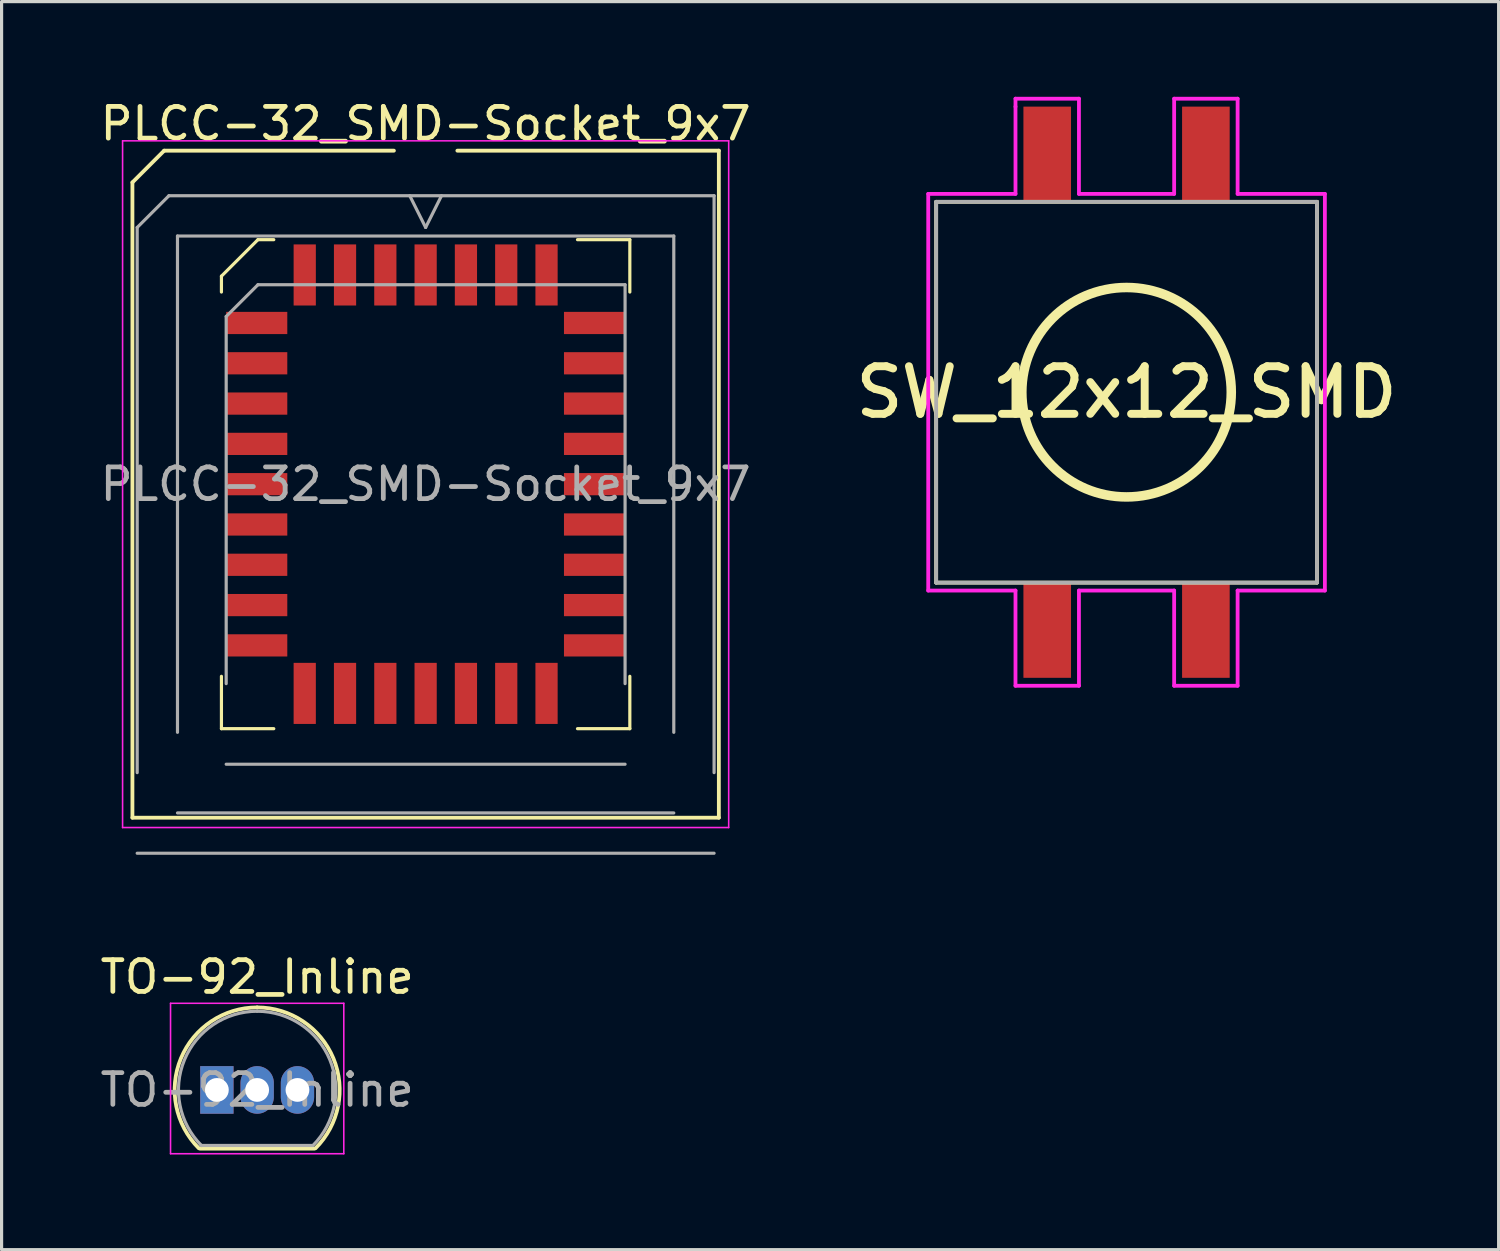
<source format=kicad_pcb>
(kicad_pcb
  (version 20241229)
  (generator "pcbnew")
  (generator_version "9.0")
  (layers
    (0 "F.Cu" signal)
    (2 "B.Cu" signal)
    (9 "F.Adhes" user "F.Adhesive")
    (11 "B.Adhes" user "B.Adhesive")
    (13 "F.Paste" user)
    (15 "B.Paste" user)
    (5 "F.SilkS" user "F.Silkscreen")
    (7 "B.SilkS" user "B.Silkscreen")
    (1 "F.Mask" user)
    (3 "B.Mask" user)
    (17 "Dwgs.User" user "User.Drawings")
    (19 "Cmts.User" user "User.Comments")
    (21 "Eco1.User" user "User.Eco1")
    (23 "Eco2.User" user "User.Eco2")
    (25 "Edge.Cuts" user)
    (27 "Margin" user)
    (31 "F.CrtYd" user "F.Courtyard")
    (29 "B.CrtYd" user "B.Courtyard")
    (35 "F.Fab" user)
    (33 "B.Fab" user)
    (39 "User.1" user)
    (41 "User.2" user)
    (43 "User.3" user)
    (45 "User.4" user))
  (footprint "TO-92_Inline"
    (layer "F.Cu")
    (at 3.784 31.297)
    (property "Reference" "TO-92_Inline" (at 1.27 -3.56 0) (layer "F.SilkS") (effects (font (size 1 1) (thickness 0.15))))
    (attr through_hole)
    (fp_line (start -0.53 1.85) (end 3.07 1.85) (stroke (width 0.12) (type solid)) (layer "F.SilkS"))
    (fp_arc (start -0.568478 1.838478) (mid -1.132087 -0.994977) (end 1.27 -2.6) (stroke (width 0.12) (type solid)) (layer "F.SilkS"))
    (fp_arc (start 1.27 -2.6) (mid 3.672087 -0.994977) (end 3.108478 1.838478) (stroke (width 0.12) (type solid)) (layer "F.SilkS"))
    (fp_line (start -1.46 -2.73) (end -1.46 2.01) (stroke (width 0.05) (type solid)) (layer "F.CrtYd"))
    (fp_line (start -1.46 -2.73) (end 4 -2.73) (stroke (width 0.05) (type solid)) (layer "F.CrtYd"))
    (fp_line (start 4 2.01) (end -1.46 2.01) (stroke (width 0.05) (type solid)) (layer "F.CrtYd"))
    (fp_line (start 4 2.01) (end 4 -2.73) (stroke (width 0.05) (type solid)) (layer "F.CrtYd"))
    (fp_line (start -0.5 1.75) (end 3 1.75) (stroke (width 0.1) (type solid)) (layer "F.Fab"))
    (fp_arc (start -0.483625 1.753625) (mid -1.021221 -0.949055) (end 1.27 -2.48) (stroke (width 0.1) (type solid)) (layer "F.Fab"))
    (fp_arc (start 1.27 -2.48) (mid 3.561221 -0.949055) (end 3.023625 1.753625) (stroke (width 0.1) (type solid)) (layer "F.Fab"))
    (fp_text user "${REFERENCE}" (at 1.27 0 0) (layer "F.Fab") (effects (font (size 1 1) (thickness 0.15))))
    (pad "1" thru_hole rect (at 0 0) (size 1.05 1.5) (drill 0.75) (layers "*.Cu" "*.Mask"))
    (pad "2" thru_hole oval (at 1.27 0) (size 1.05 1.5) (drill 0.75) (layers "*.Cu" "*.Mask"))
    (pad "3" thru_hole oval (at 2.54 0) (size 1.05 1.5) (drill 0.75) (layers "*.Cu" "*.Mask")))
  (footprint "PLCC-32_SMD-Socket_9x7"
    (layer "F.Cu")
    (at 10.363 12.208)
    (property "Reference" "PLCC-32_SMD-Socket_9x7" (at 0 -11.36 0) (layer "F.SilkS") (effects (font (size 1 1) (thickness 0.15))))
    (attr smd)
    (fp_line (start -9.24 10.51) (end -9.24 -9.51) (stroke (width 0.12) (type solid)) (layer "F.SilkS"))
    (fp_line (start -9.24 10.51) (end 9.24 10.51) (stroke (width 0.12) (type solid)) (layer "F.SilkS"))
    (fp_line (start -8.24 -10.51) (end -9.24 -9.51) (stroke (width 0.12) (type solid)) (layer "F.SilkS"))
    (fp_line (start -6.435 -6.555) (end -6.435 -6.055) (stroke (width 0.1) (type solid)) (layer "F.SilkS"))
    (fp_line (start -6.435 7.705) (end -6.435 6.055) (stroke (width 0.1) (type solid)) (layer "F.SilkS"))
    (fp_line (start -5.285 -7.705) (end -6.435 -6.555) (stroke (width 0.1) (type solid)) (layer "F.SilkS"))
    (fp_line (start -4.785 -7.705) (end -5.285 -7.705) (stroke (width 0.1) (type solid)) (layer "F.SilkS"))
    (fp_line (start -4.785 7.705) (end -6.435 7.705) (stroke (width 0.1) (type solid)) (layer "F.SilkS"))
    (fp_line (start -1 -10.51) (end -8.24 -10.51) (stroke (width 0.12) (type solid)) (layer "F.SilkS"))
    (fp_line (start 4.785 -7.705) (end 6.435 -7.705) (stroke (width 0.1) (type solid)) (layer "F.SilkS"))
    (fp_line (start 4.785 7.705) (end 6.435 7.705) (stroke (width 0.1) (type solid)) (layer "F.SilkS"))
    (fp_line (start 6.435 -7.705) (end 6.435 -6.055) (stroke (width 0.1) (type solid)) (layer "F.SilkS"))
    (fp_line (start 6.435 7.705) (end 6.435 6.055) (stroke (width 0.1) (type solid)) (layer "F.SilkS"))
    (fp_line (start 9.24 -10.51) (end 1 -10.51) (stroke (width 0.12) (type solid)) (layer "F.SilkS"))
    (fp_line (start 9.24 10.51) (end 9.24 -10.51) (stroke (width 0.12) (type solid)) (layer "F.SilkS"))
    (fp_line (start -9.55 -10.82) (end -9.55 10.82) (stroke (width 0.05) (type solid)) (layer "F.CrtYd"))
    (fp_line (start -9.55 10.82) (end 9.55 10.82) (stroke (width 0.05) (type solid)) (layer "F.CrtYd"))
    (fp_line (start 9.55 -10.82) (end -9.55 -10.82) (stroke (width 0.05) (type solid)) (layer "F.CrtYd"))
    (fp_line (start 9.55 -10.82) (end 9.55 10.82) (stroke (width 0.05) (type solid)) (layer "F.CrtYd"))
    (fp_line (start -9.09 -8.09) (end -9.09 9.09) (stroke (width 0.1) (type solid)) (layer "F.Fab"))
    (fp_line (start -9.09 11.63) (end 9.09 11.63) (stroke (width 0.1) (type solid)) (layer "F.Fab"))
    (fp_line (start -8.09 -9.09) (end -9.09 -8.09) (stroke (width 0.1) (type solid)) (layer "F.Fab"))
    (fp_line (start -7.82 -7.82) (end -7.82 7.82) (stroke (width 0.1) (type solid)) (layer "F.Fab"))
    (fp_line (start -7.82 10.36) (end 7.82 10.36) (stroke (width 0.1) (type solid)) (layer "F.Fab"))
    (fp_line (start -6.285 -5.285) (end -6.285 6.285) (stroke (width 0.1) (type solid)) (layer "F.Fab"))
    (fp_line (start -6.285 8.825) (end 6.285 8.825) (stroke (width 0.1) (type solid)) (layer "F.Fab"))
    (fp_line (start -5.285 -6.285) (end -6.285 -5.285) (stroke (width 0.1) (type solid)) (layer "F.Fab"))
    (fp_line (start -0.5 -9.09) (end 0 -8.09) (stroke (width 0.1) (type solid)) (layer "F.Fab"))
    (fp_line (start 0 -8.09) (end 0.5 -9.09) (stroke (width 0.1) (type solid)) (layer "F.Fab"))
    (fp_line (start 6.285 -6.285) (end -5.285 -6.285) (stroke (width 0.1) (type solid)) (layer "F.Fab"))
    (fp_line (start 6.285 6.285) (end 6.285 -6.285) (stroke (width 0.1) (type solid)) (layer "F.Fab"))
    (fp_line (start 7.82 -7.82) (end -7.82 -7.82) (stroke (width 0.1) (type solid)) (layer "F.Fab"))
    (fp_line (start 7.82 7.82) (end 7.82 -7.82) (stroke (width 0.1) (type solid)) (layer "F.Fab"))
    (fp_line (start 9.09 -9.09) (end -8.09 -9.09) (stroke (width 0.1) (type solid)) (layer "F.Fab"))
    (fp_line (start 9.09 9.09) (end 9.09 -9.09) (stroke (width 0.1) (type solid)) (layer "F.Fab"))
    (fp_text user "${REFERENCE}" (at 0 0 0) (layer "F.Fab") (effects (font (size 1 1) (thickness 0.15))))
    (pad "1" smd rect (at 0 -6.593) (size 0.7 1.925) (layers "F.Cu" "F.Mask" "F.Paste"))
    (pad "2" smd rect (at -1.27 -6.593) (size 0.7 1.925) (layers "F.Cu" "F.Mask" "F.Paste"))
    (pad "3" smd rect (at -2.54 -6.593) (size 0.7 1.925) (layers "F.Cu" "F.Mask" "F.Paste"))
    (pad "4" smd rect (at -3.81 -6.593) (size 0.7 1.925) (layers "F.Cu" "F.Mask" "F.Paste"))
    (pad "5" smd rect (at -5.322 -5.08) (size 1.925 0.7) (layers "F.Cu" "F.Mask" "F.Paste"))
    (pad "6" smd rect (at -5.322 -3.81) (size 1.925 0.7) (layers "F.Cu" "F.Mask" "F.Paste"))
    (pad "7" smd rect (at -5.322 -2.54) (size 1.925 0.7) (layers "F.Cu" "F.Mask" "F.Paste"))
    (pad "8" smd rect (at -5.322 -1.27) (size 1.925 0.7) (layers "F.Cu" "F.Mask" "F.Paste"))
    (pad "9" smd rect (at -5.322 0) (size 1.925 0.7) (layers "F.Cu" "F.Mask" "F.Paste"))
    (pad "10" smd rect (at -5.322 1.27) (size 1.925 0.7) (layers "F.Cu" "F.Mask" "F.Paste"))
    (pad "11" smd rect (at -5.322 2.54) (size 1.925 0.7) (layers "F.Cu" "F.Mask" "F.Paste"))
    (pad "12" smd rect (at -5.322 3.81) (size 1.925 0.7) (layers "F.Cu" "F.Mask" "F.Paste"))
    (pad "13" smd rect (at -5.322 5.08) (size 1.925 0.7) (layers "F.Cu" "F.Mask" "F.Paste"))
    (pad "14" smd rect (at -3.81 6.593) (size 0.7 1.925) (layers "F.Cu" "F.Mask" "F.Paste"))
    (pad "15" smd rect (at -2.54 6.593) (size 0.7 1.925) (layers "F.Cu" "F.Mask" "F.Paste"))
    (pad "16" smd rect (at -1.27 6.593) (size 0.7 1.925) (layers "F.Cu" "F.Mask" "F.Paste"))
    (pad "17" smd rect (at 0 6.593) (size 0.7 1.925) (layers "F.Cu" "F.Mask" "F.Paste"))
    (pad "18" smd rect (at 1.27 6.593) (size 0.7 1.925) (layers "F.Cu" "F.Mask" "F.Paste"))
    (pad "19" smd rect (at 2.54 6.593) (size 0.7 1.925) (layers "F.Cu" "F.Mask" "F.Paste"))
    (pad "20" smd rect (at 3.81 6.593) (size 0.7 1.925) (layers "F.Cu" "F.Mask" "F.Paste"))
    (pad "21" smd rect (at 5.322 5.08) (size 1.925 0.7) (layers "F.Cu" "F.Mask" "F.Paste"))
    (pad "22" smd rect (at 5.322 3.81) (size 1.925 0.7) (layers "F.Cu" "F.Mask" "F.Paste"))
    (pad "23" smd rect (at 5.322 2.54) (size 1.925 0.7) (layers "F.Cu" "F.Mask" "F.Paste"))
    (pad "24" smd rect (at 5.322 1.27) (size 1.925 0.7) (layers "F.Cu" "F.Mask" "F.Paste"))
    (pad "25" smd rect (at 5.322 0) (size 1.925 0.7) (layers "F.Cu" "F.Mask" "F.Paste"))
    (pad "26" smd rect (at 5.322 -1.27) (size 1.925 0.7) (layers "F.Cu" "F.Mask" "F.Paste"))
    (pad "27" smd rect (at 5.322 -2.54) (size 1.925 0.7) (layers "F.Cu" "F.Mask" "F.Paste"))
    (pad "28" smd rect (at 5.322 -3.81) (size 1.925 0.7) (layers "F.Cu" "F.Mask" "F.Paste"))
    (pad "29" smd rect (at 5.322 -5.08) (size 1.925 0.7) (layers "F.Cu" "F.Mask" "F.Paste"))
    (pad "30" smd rect (at 3.81 -6.593) (size 0.7 1.925) (layers "F.Cu" "F.Mask" "F.Paste"))
    (pad "31" smd rect (at 2.54 -6.593) (size 0.7 1.925) (layers "F.Cu" "F.Mask" "F.Paste"))
    (pad "32" smd rect (at 1.27 -6.593) (size 0.7 1.925) (layers "F.Cu" "F.Mask" "F.Paste")))
  (footprint "SW_12x12_SMD"
    (layer "F.Cu")
    (at 32.451 9.31)
    (property "Reference" "SW_12x12_SMD" (at 0 0 0) (layer "F.SilkS") (effects (font (size 1.5 1.5) (thickness 0.25))))
    (attr through_hole)
    (fp_line (start -6 -6) (end 6 -6) (stroke (width 0.12) (type solid)) (layer "F.SilkS"))
    (fp_line (start -6 6) (end -6 -6) (stroke (width 0.12) (type solid)) (layer "F.SilkS"))
    (fp_line (start 6 -6) (end 6 6) (stroke (width 0.12) (type solid)) (layer "F.SilkS"))
    (fp_line (start 6 6) (end -6 6) (stroke (width 0.12) (type solid)) (layer "F.SilkS"))
    (fp_circle (center 0 0) (end 3.3 0) (stroke (width 0.3) (type solid)) (fill no) (layer "F.SilkS"))
    (fp_line (start -6.25 -6.25) (end -6.25 6.25) (stroke (width 0.12) (type solid)) (layer "F.CrtYd"))
    (fp_line (start -6.25 -6.25) (end -3.5 -6.25) (stroke (width 0.12) (type solid)) (layer "F.CrtYd"))
    (fp_line (start -6.25 6.25) (end -3.5 6.25) (stroke (width 0.12) (type solid)) (layer "F.CrtYd"))
    (fp_line (start -3.5 -9.25) (end -1.5 -9.25) (stroke (width 0.12) (type solid)) (layer "F.CrtYd"))
    (fp_line (start -3.5 -9) (end -3.5 -9.25) (stroke (width 0.12) (type solid)) (layer "F.CrtYd"))
    (fp_line (start -3.5 -6.25) (end -3.5 -9) (stroke (width 0.12) (type solid)) (layer "F.CrtYd"))
    (fp_line (start -3.5 9.25) (end -3.5 6.25) (stroke (width 0.12) (type solid)) (layer "F.CrtYd"))
    (fp_line (start -1.5 -9.25) (end -1.5 -6.25) (stroke (width 0.12) (type solid)) (layer "F.CrtYd"))
    (fp_line (start -1.5 -6.25) (end 1.5 -6.25) (stroke (width 0.12) (type solid)) (layer "F.CrtYd"))
    (fp_line (start -1.5 6.25) (end -1.5 9.25) (stroke (width 0.12) (type solid)) (layer "F.CrtYd"))
    (fp_line (start -1.5 9.25) (end -3.5 9.25) (stroke (width 0.12) (type solid)) (layer "F.CrtYd"))
    (fp_line (start 1.5 -9.25) (end 3.5 -9.25) (stroke (width 0.12) (type solid)) (layer "F.CrtYd"))
    (fp_line (start 1.5 -6.25) (end 1.5 -9.25) (stroke (width 0.12) (type solid)) (layer "F.CrtYd"))
    (fp_line (start 1.5 6.25) (end -1.5 6.25) (stroke (width 0.12) (type solid)) (layer "F.CrtYd"))
    (fp_line (start 1.5 9.25) (end 1.5 6.25) (stroke (width 0.12) (type solid)) (layer "F.CrtYd"))
    (fp_line (start 3.5 -9.25) (end 3.5 -6.25) (stroke (width 0.12) (type solid)) (layer "F.CrtYd"))
    (fp_line (start 3.5 -6.25) (end 6.25 -6.25) (stroke (width 0.12) (type solid)) (layer "F.CrtYd"))
    (fp_line (start 3.5 6.25) (end 3.5 9.25) (stroke (width 0.12) (type solid)) (layer "F.CrtYd"))
    (fp_line (start 3.5 9.25) (end 1.5 9.25) (stroke (width 0.12) (type solid)) (layer "F.CrtYd"))
    (fp_line (start 6.25 -6.25) (end 6.25 6.25) (stroke (width 0.12) (type solid)) (layer "F.CrtYd"))
    (fp_line (start 6.25 6.25) (end 3.5 6.25) (stroke (width 0.12) (type solid)) (layer "F.CrtYd"))
    (fp_line (start -6 -6) (end 6 -6) (stroke (width 0.12) (type solid)) (layer "F.Fab"))
    (fp_line (start -6 6) (end -6 -6) (stroke (width 0.12) (type solid)) (layer "F.Fab"))
    (fp_line (start 6 -6) (end 6 6) (stroke (width 0.12) (type solid)) (layer "F.Fab"))
    (fp_line (start 6 6) (end -6 6) (stroke (width 0.12) (type solid)) (layer "F.Fab"))
    (pad "1" smd rect (at -2.5 -7.5) (size 1.5 3) (layers "F.Cu" "F.Mask" "F.Paste"))
    (pad "1" smd rect (at -2.5 7.5) (size 1.5 3) (layers "F.Cu" "F.Mask" "F.Paste"))
    (pad "2" smd rect (at 2.5 -7.5) (size 1.5 3) (layers "F.Cu" "F.Mask" "F.Paste"))
    (pad "2" smd rect (at 2.5 7.5) (size 1.5 3) (layers "F.Cu" "F.Mask" "F.Paste")))
  (gr_rect
    (start -3 -3)
    (end 44.176 36.331)
    (stroke (width 0.1) (type default))
    (fill no)
    (layer "Edge.Cuts")))
</source>
